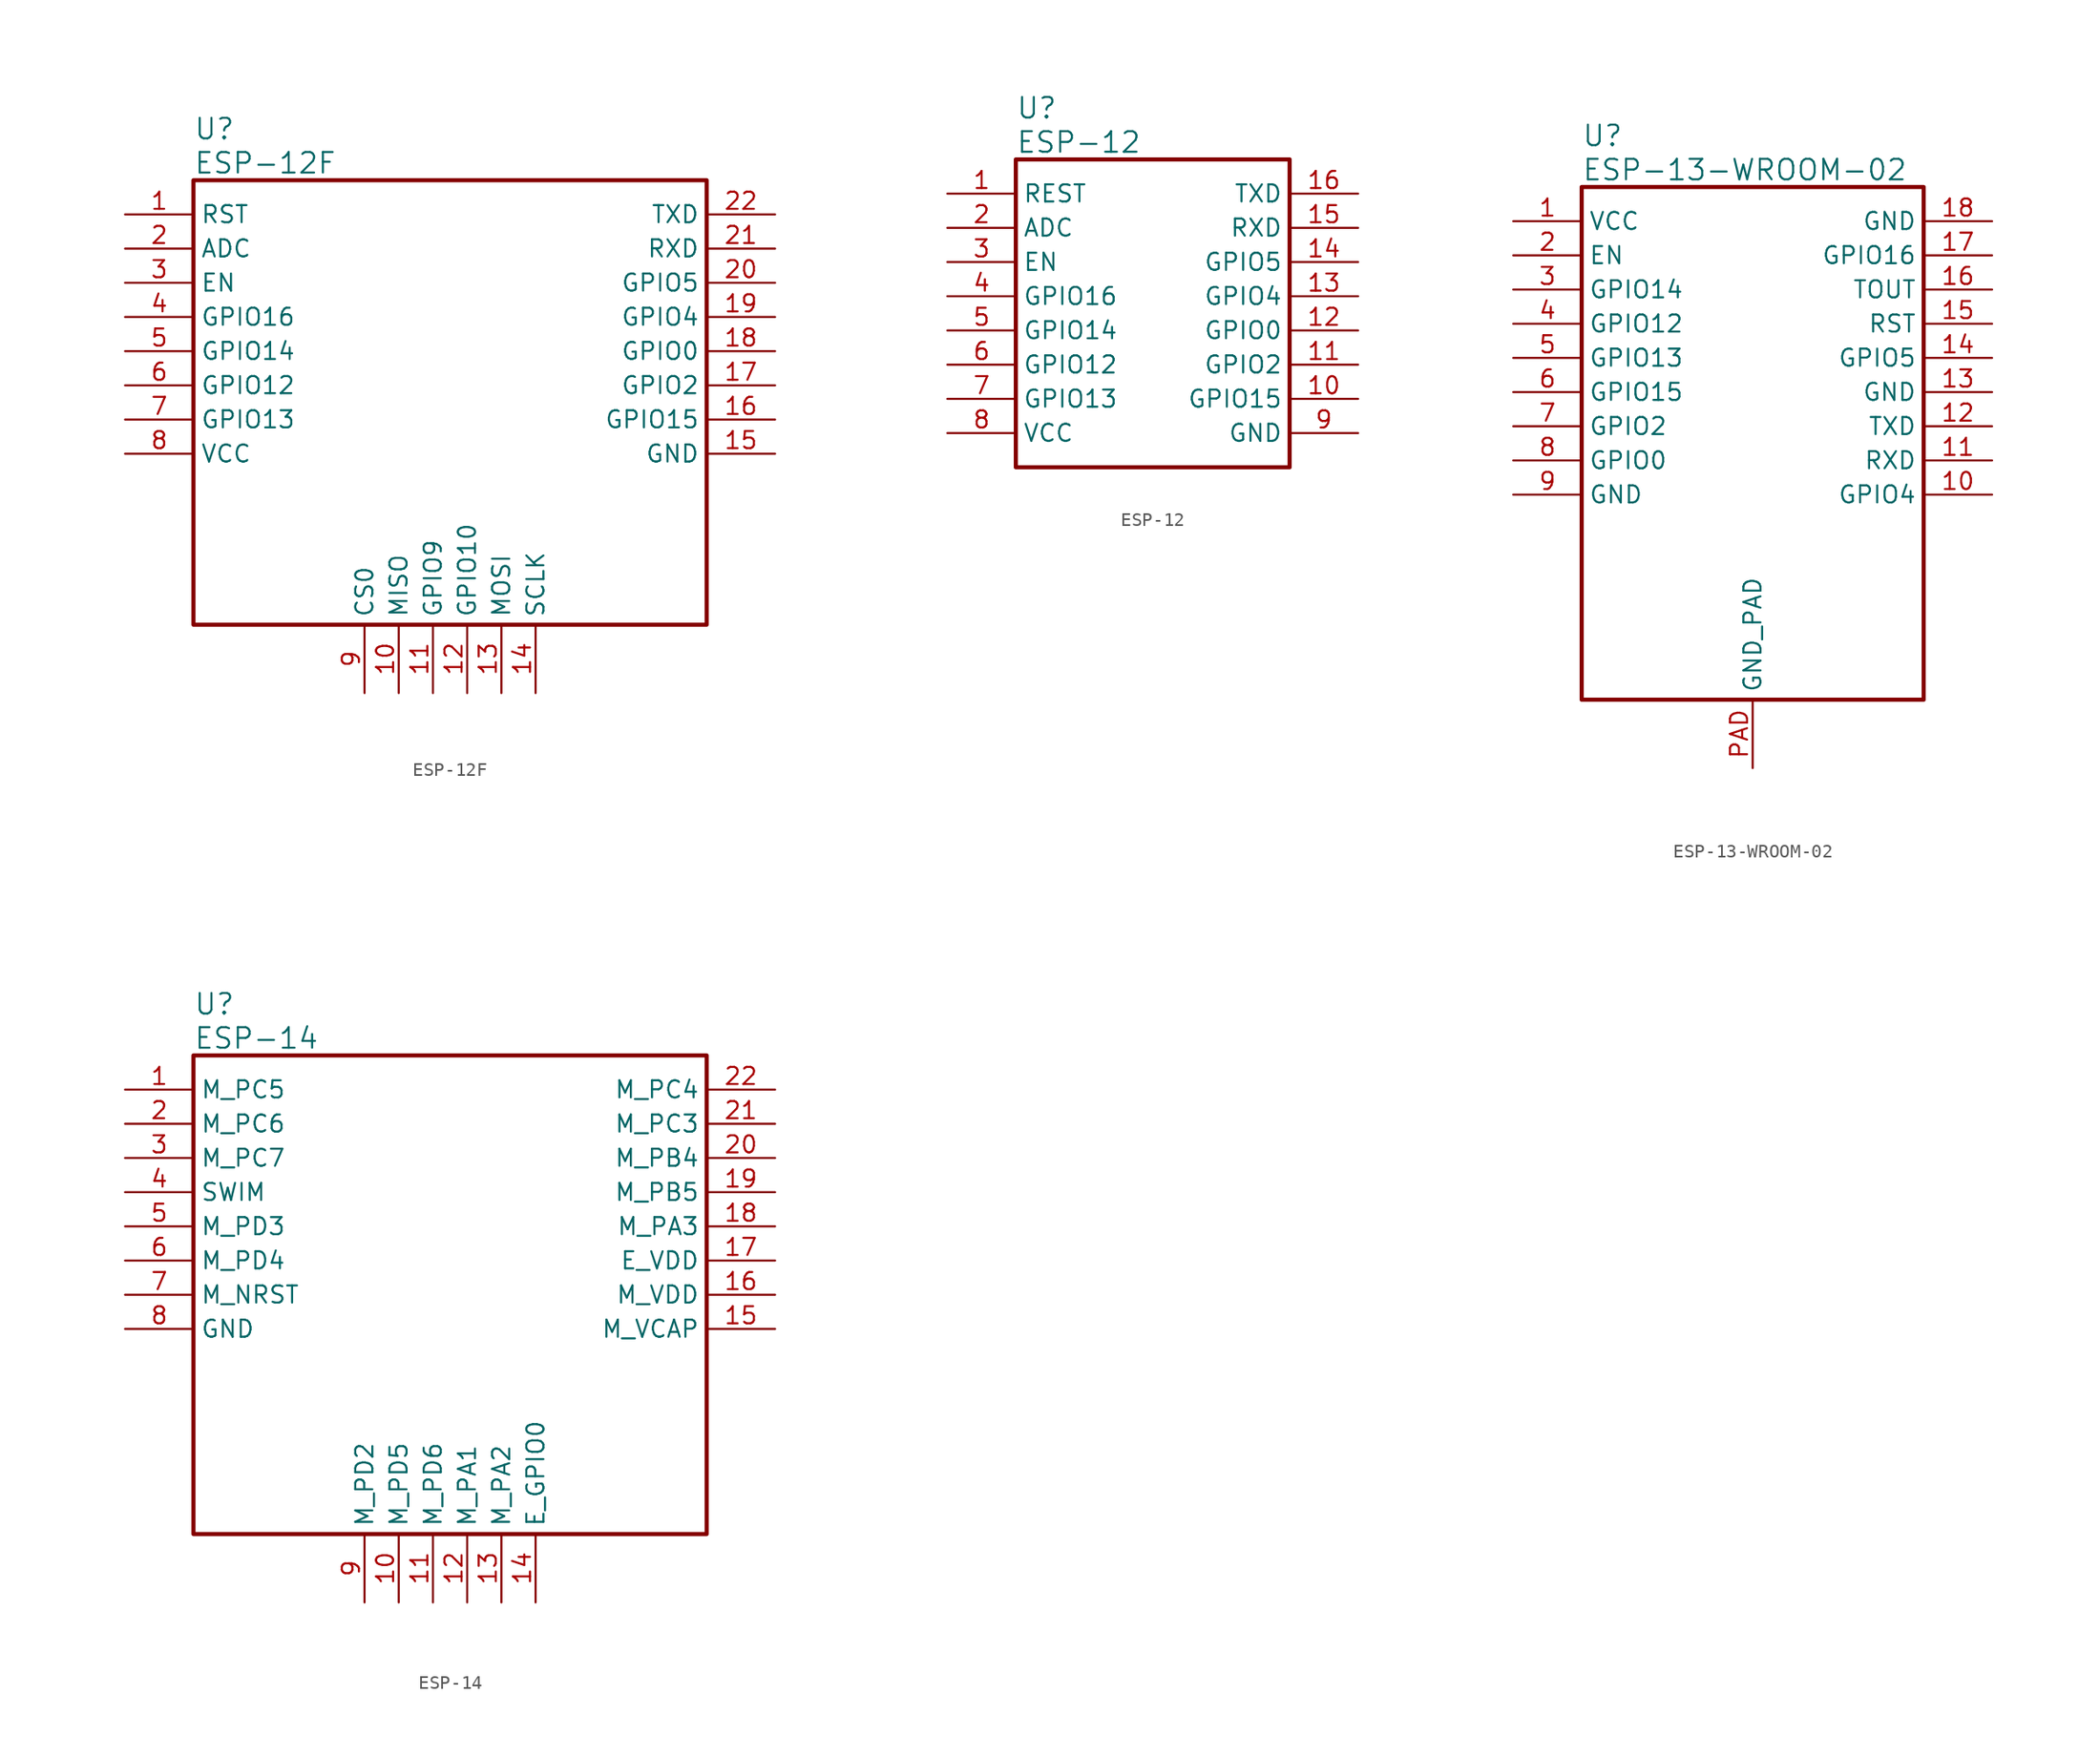
<source format=kicad_sym>
(kicad_symbol_lib
  (version 20201005)
  (generator kicad_symbol_editor)
  (symbol "Zimprich_neu:ESP-12F"
    (property "Reference" "U"
      (at 5.08 6.35 0)
      (effects (font (size 1.524 1.524)) (justify left)))
    (property "Value" "ESP-12F"
      (at 5.08 3.81 0)
      (effects (font (size 1.524 1.524)) (justify left)))
    (property "ki_locked" ""
      (at 0 0 0)
      (effects (font (size 1.27 1.27))))
    (symbol "ESP-12F_1_1"
      (rectangle (start 5.08 2.54) (end 43.18 -30.48) (stroke (width 0.305)) (fill (type none)))
      (pin input line (at 0 0 0) (length 5.08) (name "RST" (effects (font (size 1.27 1.27)))) (number "1" (effects (font (size 1.27 1.27)))))
      (pin bidirectional line (at 20.32 -35.56 90) (length 5.08) (name "MISO" (effects (font (size 1.27 1.27)))) (number "10" (effects (font (size 1.27 1.27)))))
      (pin bidirectional line (at 22.86 -35.56 90) (length 5.08) (name "GPIO9" (effects (font (size 1.27 1.27)))) (number "11" (effects (font (size 1.27 1.27)))))
      (pin bidirectional line (at 25.4 -35.56 90) (length 5.08) (name "GPIO10" (effects (font (size 1.27 1.27)))) (number "12" (effects (font (size 1.27 1.27)))))
      (pin bidirectional line (at 27.94 -35.56 90) (length 5.08) (name "MOSI" (effects (font (size 1.27 1.27)))) (number "13" (effects (font (size 1.27 1.27)))))
      (pin bidirectional line (at 30.48 -35.56 90) (length 5.08) (name "SCLK" (effects (font (size 1.27 1.27)))) (number "14" (effects (font (size 1.27 1.27)))))
      (pin power_in line (at 48.26 -17.78 180) (length 5.08) (name "GND" (effects (font (size 1.27 1.27)))) (number "15" (effects (font (size 1.27 1.27)))))
      (pin bidirectional line (at 48.26 -15.24 180) (length 5.08) (name "GPIO15" (effects (font (size 1.27 1.27)))) (number "16" (effects (font (size 1.27 1.27)))))
      (pin bidirectional line (at 48.26 -12.7 180) (length 5.08) (name "GPIO2" (effects (font (size 1.27 1.27)))) (number "17" (effects (font (size 1.27 1.27)))))
      (pin bidirectional line (at 48.26 -10.16 180) (length 5.08) (name "GPIO0" (effects (font (size 1.27 1.27)))) (number "18" (effects (font (size 1.27 1.27)))))
      (pin bidirectional line (at 48.26 -7.62 180) (length 5.08) (name "GPIO4" (effects (font (size 1.27 1.27)))) (number "19" (effects (font (size 1.27 1.27)))))
      (pin passive line (at 0 -2.54 0) (length 5.08) (name "ADC" (effects (font (size 1.27 1.27)))) (number "2" (effects (font (size 1.27 1.27)))))
      (pin bidirectional line (at 48.26 -5.08 180) (length 5.08) (name "GPIO5" (effects (font (size 1.27 1.27)))) (number "20" (effects (font (size 1.27 1.27)))))
      (pin input line (at 48.26 -2.54 180) (length 5.08) (name "RXD" (effects (font (size 1.27 1.27)))) (number "21" (effects (font (size 1.27 1.27)))))
      (pin output line (at 48.26 0 180) (length 5.08) (name "TXD" (effects (font (size 1.27 1.27)))) (number "22" (effects (font (size 1.27 1.27)))))
      (pin input line (at 0 -5.08 0) (length 5.08) (name "EN" (effects (font (size 1.27 1.27)))) (number "3" (effects (font (size 1.27 1.27)))))
      (pin bidirectional line (at 0 -7.62 0) (length 5.08) (name "GPIO16" (effects (font (size 1.27 1.27)))) (number "4" (effects (font (size 1.27 1.27)))))
      (pin bidirectional line (at 0 -10.16 0) (length 5.08) (name "GPIO14" (effects (font (size 1.27 1.27)))) (number "5" (effects (font (size 1.27 1.27)))))
      (pin bidirectional line (at 0 -12.7 0) (length 5.08) (name "GPIO12" (effects (font (size 1.27 1.27)))) (number "6" (effects (font (size 1.27 1.27)))))
      (pin bidirectional line (at 0 -15.24 0) (length 5.08) (name "GPIO13" (effects (font (size 1.27 1.27)))) (number "7" (effects (font (size 1.27 1.27)))))
      (pin power_in line (at 0 -17.78 0) (length 5.08) (name "VCC" (effects (font (size 1.27 1.27)))) (number "8" (effects (font (size 1.27 1.27)))))
      (pin bidirectional line (at 17.78 -35.56 90) (length 5.08) (name "CS0" (effects (font (size 1.27 1.27)))) (number "9" (effects (font (size 1.27 1.27)))))))
  (symbol "Zimprich_neu:ESP-12"
    (property "Reference" "U"
      (at 5.08 6.35 0)
      (effects (font (size 1.524 1.524)) (justify left)))
    (property "Value" "ESP-12"
      (at 5.08 3.81 0)
      (effects (font (size 1.524 1.524)) (justify left)))
    (property "ki_locked" ""
      (at 0 0 0)
      (effects (font (size 1.27 1.27))))
    (symbol "ESP-12_1_1"
      (rectangle (start 5.08 2.54) (end 25.4 -20.32) (stroke (width 0.305)) (fill (type none)))
      (pin input line (at 0 0 0) (length 5.08) (name "REST" (effects (font (size 1.27 1.27)))) (number "1" (effects (font (size 1.27 1.27)))))
      (pin bidirectional line (at 30.48 -15.24 180) (length 5.08) (name "GPIO15" (effects (font (size 1.27 1.27)))) (number "10" (effects (font (size 1.27 1.27)))))
      (pin bidirectional line (at 30.48 -12.7 180) (length 5.08) (name "GPIO2" (effects (font (size 1.27 1.27)))) (number "11" (effects (font (size 1.27 1.27)))))
      (pin bidirectional line (at 30.48 -10.16 180) (length 5.08) (name "GPIO0" (effects (font (size 1.27 1.27)))) (number "12" (effects (font (size 1.27 1.27)))))
      (pin bidirectional line (at 30.48 -7.62 180) (length 5.08) (name "GPIO4" (effects (font (size 1.27 1.27)))) (number "13" (effects (font (size 1.27 1.27)))))
      (pin bidirectional line (at 30.48 -5.08 180) (length 5.08) (name "GPIO5" (effects (font (size 1.27 1.27)))) (number "14" (effects (font (size 1.27 1.27)))))
      (pin input line (at 30.48 -2.54 180) (length 5.08) (name "RXD" (effects (font (size 1.27 1.27)))) (number "15" (effects (font (size 1.27 1.27)))))
      (pin output line (at 30.48 0 180) (length 5.08) (name "TXD" (effects (font (size 1.27 1.27)))) (number "16" (effects (font (size 1.27 1.27)))))
      (pin passive line (at 0 -2.54 0) (length 5.08) (name "ADC" (effects (font (size 1.27 1.27)))) (number "2" (effects (font (size 1.27 1.27)))))
      (pin input line (at 0 -5.08 0) (length 5.08) (name "EN" (effects (font (size 1.27 1.27)))) (number "3" (effects (font (size 1.27 1.27)))))
      (pin bidirectional line (at 0 -7.62 0) (length 5.08) (name "GPIO16" (effects (font (size 1.27 1.27)))) (number "4" (effects (font (size 1.27 1.27)))))
      (pin bidirectional line (at 0 -10.16 0) (length 5.08) (name "GPIO14" (effects (font (size 1.27 1.27)))) (number "5" (effects (font (size 1.27 1.27)))))
      (pin bidirectional line (at 0 -12.7 0) (length 5.08) (name "GPIO12" (effects (font (size 1.27 1.27)))) (number "6" (effects (font (size 1.27 1.27)))))
      (pin bidirectional line (at 0 -15.24 0) (length 5.08) (name "GPIO13" (effects (font (size 1.27 1.27)))) (number "7" (effects (font (size 1.27 1.27)))))
      (pin power_in line (at 0 -17.78 0) (length 5.08) (name "VCC" (effects (font (size 1.27 1.27)))) (number "8" (effects (font (size 1.27 1.27)))))
      (pin power_in line (at 30.48 -17.78 180) (length 5.08) (name "GND" (effects (font (size 1.27 1.27)))) (number "9" (effects (font (size 1.27 1.27)))))))
  (symbol "Zimprich_neu:ESP-13-WROOM-02"
    (property "Reference" "U"
      (at 5.08 6.35 0)
      (effects (font (size 1.524 1.524)) (justify left)))
    (property "Value" "ESP-13-WROOM-02"
      (at 5.08 3.81 0)
      (effects (font (size 1.524 1.524)) (justify left)))
    (property "ki_locked" ""
      (at 0 0 0)
      (effects (font (size 1.27 1.27))))
    (symbol "ESP-13-WROOM-02_1_1"
      (rectangle (start 5.08 2.54) (end 30.48 -35.56) (stroke (width 0.305)) (fill (type none)))
      (pin input line (at 0 0 0) (length 5.08) (name "VCC" (effects (font (size 1.27 1.27)))) (number "1" (effects (font (size 1.27 1.27)))))
      (pin bidirectional line (at 35.56 -20.32 180) (length 5.08) (name "GPIO4" (effects (font (size 1.27 1.27)))) (number "10" (effects (font (size 1.27 1.27)))))
      (pin bidirectional line (at 35.56 -17.78 180) (length 5.08) (name "RXD" (effects (font (size 1.27 1.27)))) (number "11" (effects (font (size 1.27 1.27)))))
      (pin bidirectional line (at 35.56 -15.24 180) (length 5.08) (name "TXD" (effects (font (size 1.27 1.27)))) (number "12" (effects (font (size 1.27 1.27)))))
      (pin power_in line (at 35.56 -12.7 180) (length 5.08) (name "GND" (effects (font (size 1.27 1.27)))) (number "13" (effects (font (size 1.27 1.27)))))
      (pin bidirectional line (at 35.56 -10.16 180) (length 5.08) (name "GPIO5" (effects (font (size 1.27 1.27)))) (number "14" (effects (font (size 1.27 1.27)))))
      (pin input line (at 35.56 -7.62 180) (length 5.08) (name "RST" (effects (font (size 1.27 1.27)))) (number "15" (effects (font (size 1.27 1.27)))))
      (pin output line (at 35.56 -5.08 180) (length 5.08) (name "TOUT" (effects (font (size 1.27 1.27)))) (number "16" (effects (font (size 1.27 1.27)))))
      (pin bidirectional line (at 35.56 -2.54 180) (length 5.08) (name "GPIO16" (effects (font (size 1.27 1.27)))) (number "17" (effects (font (size 1.27 1.27)))))
      (pin power_in line (at 35.56 0 180) (length 5.08) (name "GND" (effects (font (size 1.27 1.27)))) (number "18" (effects (font (size 1.27 1.27)))))
      (pin passive line (at 0 -2.54 0) (length 5.08) (name "EN" (effects (font (size 1.27 1.27)))) (number "2" (effects (font (size 1.27 1.27)))))
      (pin input line (at 0 -5.08 0) (length 5.08) (name "GPIO14" (effects (font (size 1.27 1.27)))) (number "3" (effects (font (size 1.27 1.27)))))
      (pin bidirectional line (at 0 -7.62 0) (length 5.08) (name "GPIO12" (effects (font (size 1.27 1.27)))) (number "4" (effects (font (size 1.27 1.27)))))
      (pin bidirectional line (at 0 -10.16 0) (length 5.08) (name "GPIO13" (effects (font (size 1.27 1.27)))) (number "5" (effects (font (size 1.27 1.27)))))
      (pin bidirectional line (at 0 -12.7 0) (length 5.08) (name "GPIO15" (effects (font (size 1.27 1.27)))) (number "6" (effects (font (size 1.27 1.27)))))
      (pin bidirectional line (at 0 -15.24 0) (length 5.08) (name "GPIO2" (effects (font (size 1.27 1.27)))) (number "7" (effects (font (size 1.27 1.27)))))
      (pin bidirectional line (at 0 -17.78 0) (length 5.08) (name "GPIO0" (effects (font (size 1.27 1.27)))) (number "8" (effects (font (size 1.27 1.27)))))
      (pin power_in line (at 0 -20.32 0) (length 5.08) (name "GND" (effects (font (size 1.27 1.27)))) (number "9" (effects (font (size 1.27 1.27)))))
      (pin power_in line (at 17.78 -40.64 90) (length 5.08) (name "GND_PAD" (effects (font (size 1.27 1.27)))) (number "PAD" (effects (font (size 1.27 1.27)))))))
  (symbol "Zimprich_neu:ESP-14"
    (property "Reference" "U"
      (at 5.08 6.35 0)
      (effects (font (size 1.524 1.524)) (justify left)))
    (property "Value" "ESP-14"
      (at 5.08 3.81 0)
      (effects (font (size 1.524 1.524)) (justify left)))
    (property "ki_locked" ""
      (at 0 0 0)
      (effects (font (size 1.27 1.27))))
    (symbol "ESP-14_1_1"
      (rectangle (start 5.08 2.54) (end 43.18 -33.02) (stroke (width 0.305)) (fill (type none)))
      (pin bidirectional line (at 0 0 0) (length 5.08) (name "M_PC5" (effects (font (size 1.27 1.27)))) (number "1" (effects (font (size 1.27 1.27)))))
      (pin bidirectional line (at 20.32 -38.1 90) (length 5.08) (name "M_PD5" (effects (font (size 1.27 1.27)))) (number "10" (effects (font (size 1.27 1.27)))))
      (pin bidirectional line (at 22.86 -38.1 90) (length 5.08) (name "M_PD6" (effects (font (size 1.27 1.27)))) (number "11" (effects (font (size 1.27 1.27)))))
      (pin bidirectional line (at 25.4 -38.1 90) (length 5.08) (name "M_PA1" (effects (font (size 1.27 1.27)))) (number "12" (effects (font (size 1.27 1.27)))))
      (pin bidirectional line (at 27.94 -38.1 90) (length 5.08) (name "M_PA2" (effects (font (size 1.27 1.27)))) (number "13" (effects (font (size 1.27 1.27)))))
      (pin bidirectional line (at 30.48 -38.1 90) (length 5.08) (name "E_GPIO0" (effects (font (size 1.27 1.27)))) (number "14" (effects (font (size 1.27 1.27)))))
      (pin power_in line (at 48.26 -17.78 180) (length 5.08) (name "M_VCAP" (effects (font (size 1.27 1.27)))) (number "15" (effects (font (size 1.27 1.27)))))
      (pin power_in line (at 48.26 -15.24 180) (length 5.08) (name "M_VDD" (effects (font (size 1.27 1.27)))) (number "16" (effects (font (size 1.27 1.27)))))
      (pin power_in line (at 48.26 -12.7 180) (length 5.08) (name "E_VDD" (effects (font (size 1.27 1.27)))) (number "17" (effects (font (size 1.27 1.27)))))
      (pin bidirectional line (at 48.26 -10.16 180) (length 5.08) (name "M_PA3" (effects (font (size 1.27 1.27)))) (number "18" (effects (font (size 1.27 1.27)))))
      (pin bidirectional line (at 48.26 -7.62 180) (length 5.08) (name "M_PB5" (effects (font (size 1.27 1.27)))) (number "19" (effects (font (size 1.27 1.27)))))
      (pin bidirectional line (at 0 -2.54 0) (length 5.08) (name "M_PC6" (effects (font (size 1.27 1.27)))) (number "2" (effects (font (size 1.27 1.27)))))
      (pin bidirectional line (at 48.26 -5.08 180) (length 5.08) (name "M_PB4" (effects (font (size 1.27 1.27)))) (number "20" (effects (font (size 1.27 1.27)))))
      (pin bidirectional line (at 48.26 -2.54 180) (length 5.08) (name "M_PC3" (effects (font (size 1.27 1.27)))) (number "21" (effects (font (size 1.27 1.27)))))
      (pin bidirectional line (at 48.26 0 180) (length 5.08) (name "M_PC4" (effects (font (size 1.27 1.27)))) (number "22" (effects (font (size 1.27 1.27)))))
      (pin bidirectional line (at 0 -5.08 0) (length 5.08) (name "M_PC7" (effects (font (size 1.27 1.27)))) (number "3" (effects (font (size 1.27 1.27)))))
      (pin bidirectional line (at 0 -7.62 0) (length 5.08) (name "SWIM" (effects (font (size 1.27 1.27)))) (number "4" (effects (font (size 1.27 1.27)))))
      (pin bidirectional line (at 0 -10.16 0) (length 5.08) (name "M_PD3" (effects (font (size 1.27 1.27)))) (number "5" (effects (font (size 1.27 1.27)))))
      (pin bidirectional line (at 0 -12.7 0) (length 5.08) (name "M_PD4" (effects (font (size 1.27 1.27)))) (number "6" (effects (font (size 1.27 1.27)))))
      (pin input line (at 0 -15.24 0) (length 5.08) (name "M_NRST" (effects (font (size 1.27 1.27)))) (number "7" (effects (font (size 1.27 1.27)))))
      (pin power_in line (at 0 -17.78 0) (length 5.08) (name "GND" (effects (font (size 1.27 1.27)))) (number "8" (effects (font (size 1.27 1.27)))))
      (pin bidirectional line (at 17.78 -38.1 90) (length 5.08) (name "M_PD2" (effects (font (size 1.27 1.27)))) (number "9" (effects (font (size 1.27 1.27))))))))
</source>
